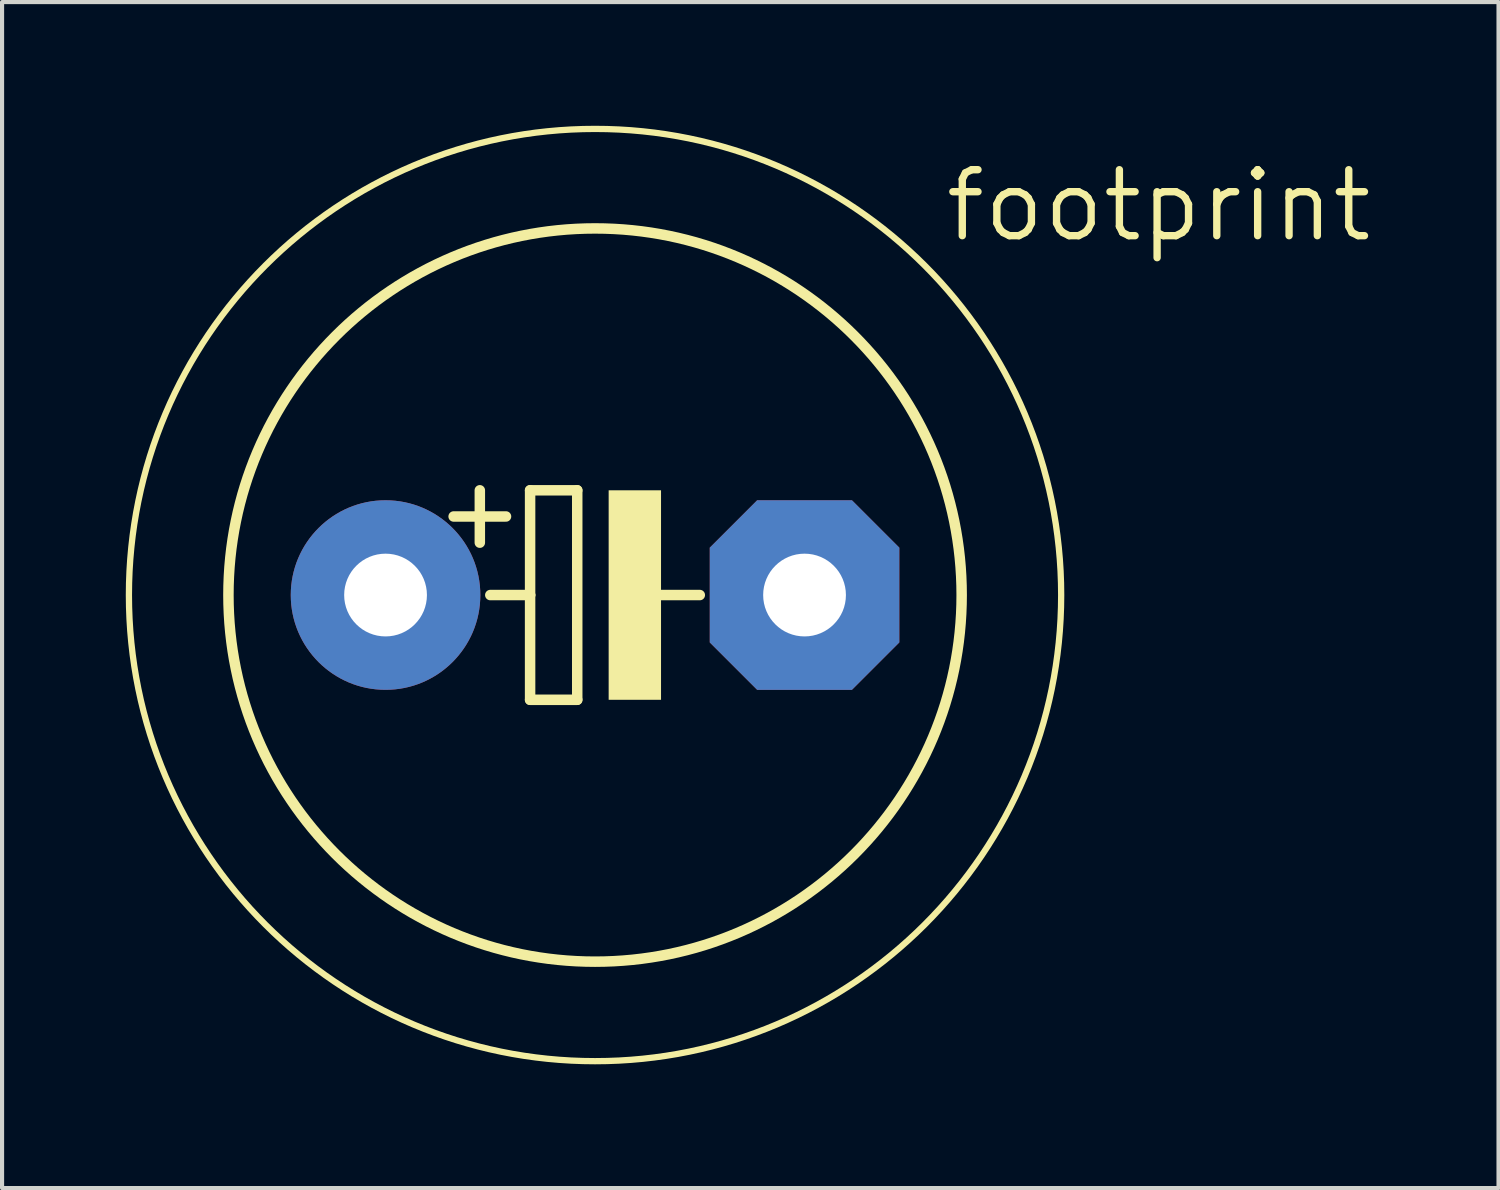
<source format=kicad_pcb>
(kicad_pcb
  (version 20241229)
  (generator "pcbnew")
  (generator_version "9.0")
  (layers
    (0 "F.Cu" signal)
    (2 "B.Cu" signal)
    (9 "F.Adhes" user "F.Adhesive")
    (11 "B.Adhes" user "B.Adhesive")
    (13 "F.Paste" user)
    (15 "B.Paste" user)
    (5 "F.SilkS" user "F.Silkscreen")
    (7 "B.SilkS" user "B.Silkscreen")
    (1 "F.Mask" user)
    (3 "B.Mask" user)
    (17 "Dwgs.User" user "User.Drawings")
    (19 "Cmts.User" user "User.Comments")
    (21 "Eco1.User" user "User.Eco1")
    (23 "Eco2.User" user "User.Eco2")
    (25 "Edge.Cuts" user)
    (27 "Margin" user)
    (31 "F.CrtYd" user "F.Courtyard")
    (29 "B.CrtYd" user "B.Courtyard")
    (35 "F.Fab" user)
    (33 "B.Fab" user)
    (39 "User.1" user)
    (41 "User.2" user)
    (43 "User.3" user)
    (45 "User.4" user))
  (footprint "footprint"
    (layer "F.Cu")
    (at 11.379 11.379)
    (property "Reference" "footprint" (at 8.407 -8.509 0) (layer "F.SilkS") (effects (font (size 1.6 1.6) (thickness 0.178)) (justify left bottom)))
    (fp_line (start -2.794 -2.54) (end -2.794 -1.27) (stroke (width 0.254) (type solid)) (layer "F.SilkS"))
    (fp_line (start -2.54 0) (end -1.575 0) (stroke (width 0.254) (type solid)) (layer "F.SilkS"))
    (fp_line (start -2.159 -1.905) (end -3.429 -1.905) (stroke (width 0.254) (type solid)) (layer "F.SilkS"))
    (fp_line (start -1.575 -2.54) (end -0.432 -2.54) (stroke (width 0.254) (type solid)) (layer "F.SilkS"))
    (fp_line (start -1.575 0) (end -1.575 -2.54) (stroke (width 0.254) (type solid)) (layer "F.SilkS"))
    (fp_line (start -1.575 2.54) (end -1.575 0) (stroke (width 0.254) (type solid)) (layer "F.SilkS"))
    (fp_line (start -0.432 -2.54) (end -0.432 2.54) (stroke (width 0.254) (type solid)) (layer "F.SilkS"))
    (fp_line (start -0.432 2.54) (end -1.575 2.54) (stroke (width 0.254) (type solid)) (layer "F.SilkS"))
    (fp_line (start 0.635 0) (end 2.54 0) (stroke (width 0.254) (type solid)) (layer "F.SilkS"))
    (fp_circle (center 0 0) (end 8.89 0) (stroke (width 0.254) (type solid)) (fill no) (layer "F.SilkS"))
    (fp_circle (center 0 0) (end 11.303 0) (stroke (width 0.152) (type solid)) (fill no) (layer "F.SilkS"))
    (fp_poly (pts (xy 0.33 2.54) (xy 1.6 2.54) (xy 1.6 -2.54) (xy 0.33 -2.54)) (stroke (width 0) (type solid)) (fill yes) (layer "F.SilkS"))
    (pad "+" thru_hole circle (at -5.08 0) (size 4.597 4.597) (drill 2.007) (layers "*.Cu" "*.Mask"))
    (pad "-" thru_hole roundrect (at 5.08 0) (size 4.597 4.597) (drill 2.007) (layers "*.Cu" "*.Mask") (roundrect_rratio 0.25) (chamfer_ratio 0.25) (chamfer top_left top_right bottom_left bottom_right)))
  (gr_rect
    (start -3 -3)
    (end 33.287 25.758)
    (stroke (width 0.1) (type default))
    (fill no)
    (layer "Edge.Cuts")))
</source>
